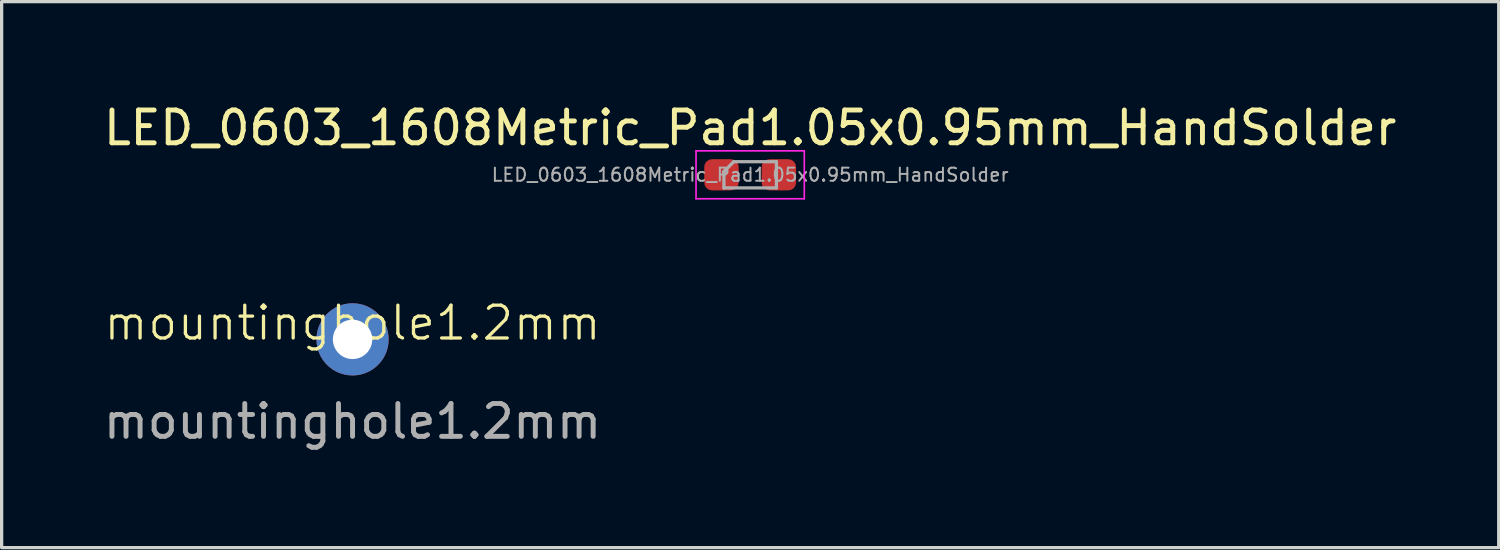
<source format=kicad_pcb>
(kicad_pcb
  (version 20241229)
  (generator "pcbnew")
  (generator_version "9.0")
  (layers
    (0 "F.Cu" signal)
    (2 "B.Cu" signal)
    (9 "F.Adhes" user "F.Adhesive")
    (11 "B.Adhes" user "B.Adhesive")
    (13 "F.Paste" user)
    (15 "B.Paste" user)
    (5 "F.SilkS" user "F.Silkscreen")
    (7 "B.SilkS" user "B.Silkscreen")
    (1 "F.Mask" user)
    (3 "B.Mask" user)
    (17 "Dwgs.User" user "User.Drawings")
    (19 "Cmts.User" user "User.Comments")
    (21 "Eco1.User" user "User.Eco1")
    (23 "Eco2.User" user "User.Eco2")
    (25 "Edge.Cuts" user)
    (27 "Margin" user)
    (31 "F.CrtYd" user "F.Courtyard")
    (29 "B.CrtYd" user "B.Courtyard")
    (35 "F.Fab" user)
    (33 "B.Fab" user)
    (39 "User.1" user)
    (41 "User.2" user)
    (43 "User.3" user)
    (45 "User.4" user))
  (footprint "mountinghole1.2mm"
    (layer "F.Cu")
    (at 7.696 7.294)
    (property "Reference" "mountinghole1.2mm" (at 0 -0.5 0) (unlocked yes) (layer "F.SilkS") (effects (font (size 1 1) (thickness 0.1))))
    (attr through_hole)
    (fp_text user "${REFERENCE}" (at 0 2.5 0) (unlocked yes) (layer "F.Fab") (effects (font (size 1 1) (thickness 0.15))))
    (pad "1" thru_hole circle (at 0 0) (size 2.2 2.2) (drill 1.2) (layers "*.Cu" "*.Mask")))
  (footprint "LED_0603_1608Metric_Pad1.05x0.95mm_HandSolder"
    (layer "F.Cu")
    (at 19.815 2.278)
    (property "Reference" "LED_0603_1608Metric_Pad1.05x0.95mm_HandSolder" (at 0 -1.43 180) (layer "F.SilkS") (effects (font (size 1 1) (thickness 0.15))))
    (attr smd)
    (fp_line (start -1.65 -0.73) (end 1.65 -0.73) (stroke (width 0.05) (type solid)) (layer "F.CrtYd"))
    (fp_line (start -1.65 0.73) (end -1.65 -0.73) (stroke (width 0.05) (type solid)) (layer "F.CrtYd"))
    (fp_line (start 1.65 -0.73) (end 1.65 0.73) (stroke (width 0.05) (type solid)) (layer "F.CrtYd"))
    (fp_line (start 1.65 0.73) (end -1.65 0.73) (stroke (width 0.05) (type solid)) (layer "F.CrtYd"))
    (fp_line (start -0.8 -0.1) (end -0.8 0.4) (stroke (width 0.1) (type solid)) (layer "F.Fab"))
    (fp_line (start -0.8 0.4) (end 0.8 0.4) (stroke (width 0.1) (type solid)) (layer "F.Fab"))
    (fp_line (start -0.5 -0.4) (end -0.8 -0.1) (stroke (width 0.1) (type solid)) (layer "F.Fab"))
    (fp_line (start 0.8 -0.4) (end -0.5 -0.4) (stroke (width 0.1) (type solid)) (layer "F.Fab"))
    (fp_line (start 0.8 0.4) (end 0.8 -0.4) (stroke (width 0.1) (type solid)) (layer "F.Fab"))
    (fp_text user "${REFERENCE}" (at 0 0 180) (layer "F.Fab") (effects (font (size 0.4 0.4) (thickness 0.06))))
    (pad "1" smd roundrect (at -0.875 0) (size 1.05 0.95) (layers "F.Cu" "F.Mask" "F.Paste") (roundrect_rratio 0.25))
    (pad "2" smd roundrect (at 0.875 0) (size 1.05 0.95) (layers "F.Cu" "F.Mask" "F.Paste") (roundrect_rratio 0.25)))
  (gr_rect
    (start -3 -3)
    (end 42.631 13.642)
    (stroke (width 0.1) (type default))
    (fill no)
    (layer "Edge.Cuts")))
</source>
